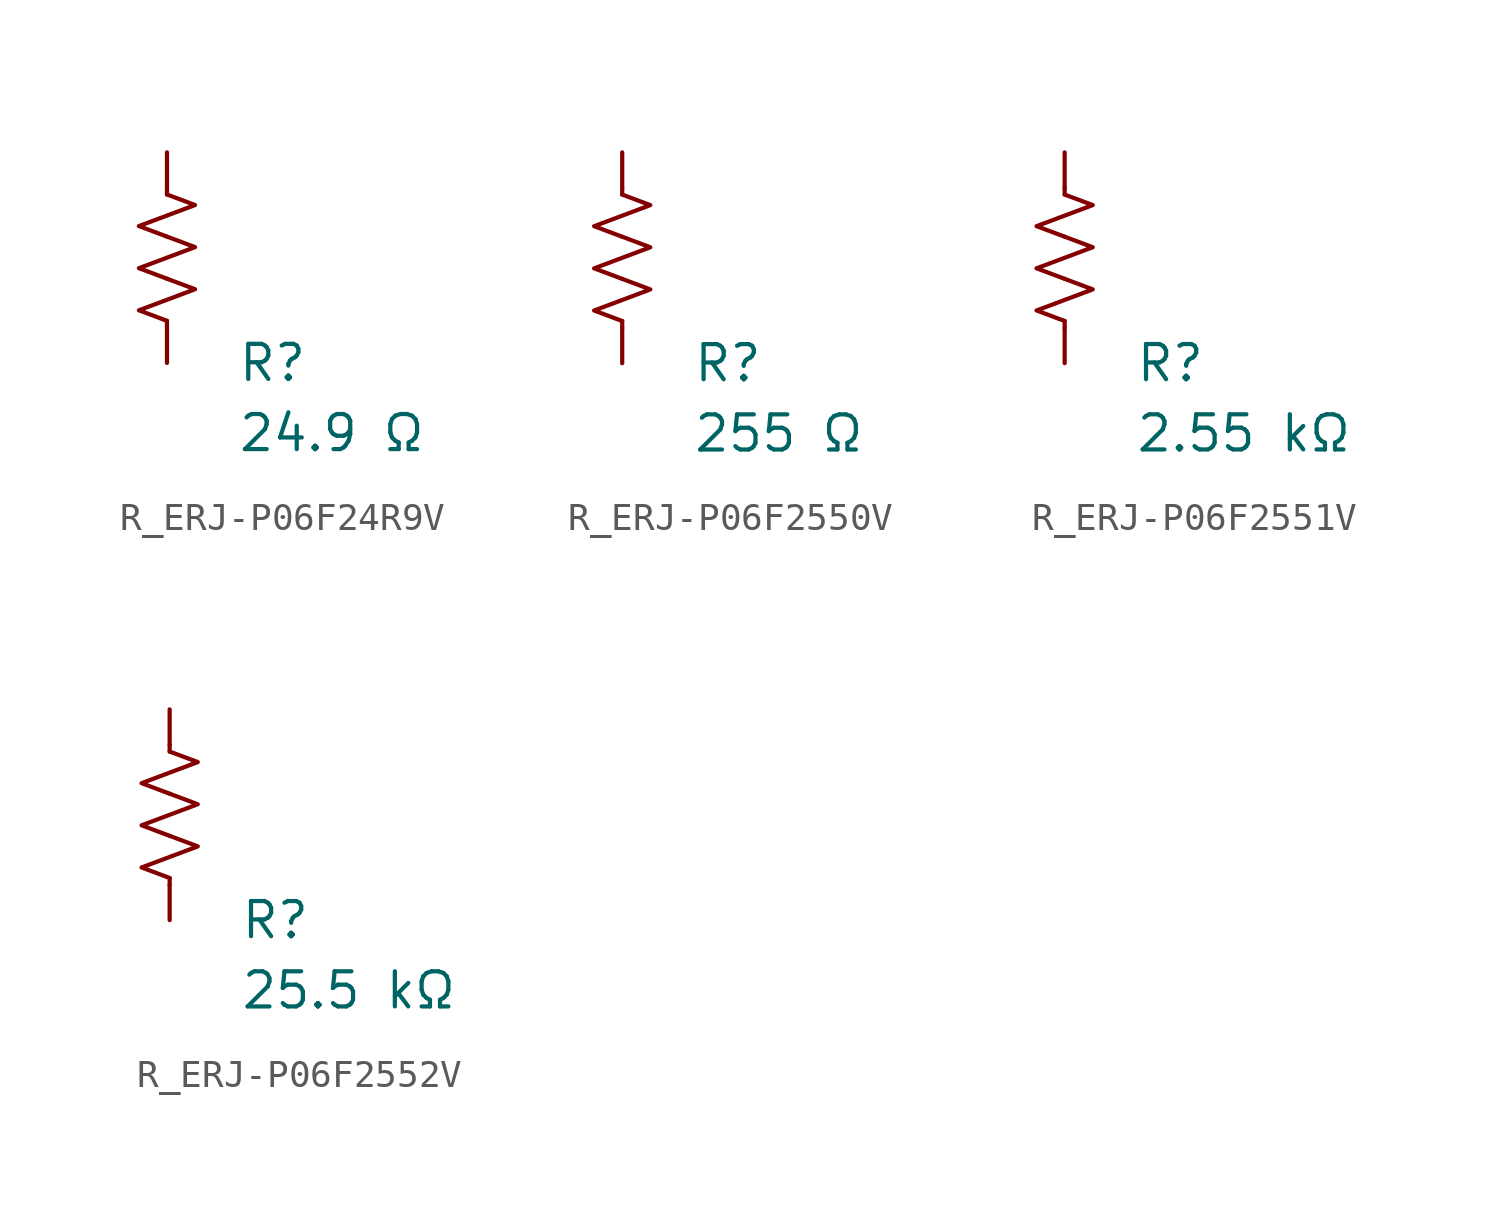
<source format=kicad_sym>
(kicad_symbol_lib
  (version 20231120)
  (generator "kicad_symbol_editor")
  (generator_version "8.0")
  (symbol "R_ERJ-P06F24R9V"
    (pin_numbers hide)
    (pin_names
      (offset 0))
    (property "Reference" "R"
      (at 2.54 -3.81 0)
      (effects (font (size 1.27 1.27)) (justify left))
      (show_name no))
    (property "Value" "24.9 Ω"
      (at 2.54 -6.35 0)
      (effects (font (size 1.27 1.27)) (justify left))
      (show_name no))
    (symbol "R_ERJ-P06F24R9V_0_1"
      (polyline (pts (xy 0 -2.286) (xy 0 -2.54)) (stroke (width 0) (type default)) (fill (type none)))
      (polyline (pts (xy 0 2.286) (xy 0 2.54)) (stroke (width 0) (type default)) (fill (type none)))
      (polyline (pts (xy 0 -0.762) (xy 1.016 -1.143) (xy 0 -1.524) (xy -1.016 -1.905) (xy 0 -2.286)) (stroke (width 0) (type default)) (fill (type none)))
      (polyline (pts (xy 0 0.762) (xy 1.016 0.381) (xy 0 0) (xy -1.016 -0.381) (xy 0 -0.762)) (stroke (width 0) (type default)) (fill (type none)))
      (polyline (pts (xy 0 2.286) (xy 1.016 1.905) (xy 0 1.524) (xy -1.016 1.143) (xy 0 0.762)) (stroke (width 0) (type default)) (fill (type none))))
    (symbol "R_ERJ-P06F24R9V_1_1"
      (pin passive line (at 0 3.81 270) (length 1.27) (name "~" (effects (font (size 1.27 1.27)))) (number "1" (effects (font (size 1.27 1.27)))))
      (pin passive line (at 0 -3.81 90) (length 1.27) (name "~" (effects (font (size 1.27 1.27)))) (number "2" (effects (font (size 1.27 1.27)))))))
  (symbol "R_ERJ-P06F2550V"
    (pin_numbers hide)
    (pin_names
      (offset 0))
    (property "Reference" "R"
      (at 2.54 -3.81 0)
      (effects (font (size 1.27 1.27)) (justify left))
      (show_name no))
    (property "Value" "255 Ω"
      (at 2.54 -6.35 0)
      (effects (font (size 1.27 1.27)) (justify left))
      (show_name no))
    (symbol "R_ERJ-P06F2550V_0_1"
      (polyline (pts (xy 0 -2.286) (xy 0 -2.54)) (stroke (width 0) (type default)) (fill (type none)))
      (polyline (pts (xy 0 2.286) (xy 0 2.54)) (stroke (width 0) (type default)) (fill (type none)))
      (polyline (pts (xy 0 -0.762) (xy 1.016 -1.143) (xy 0 -1.524) (xy -1.016 -1.905) (xy 0 -2.286)) (stroke (width 0) (type default)) (fill (type none)))
      (polyline (pts (xy 0 0.762) (xy 1.016 0.381) (xy 0 0) (xy -1.016 -0.381) (xy 0 -0.762)) (stroke (width 0) (type default)) (fill (type none)))
      (polyline (pts (xy 0 2.286) (xy 1.016 1.905) (xy 0 1.524) (xy -1.016 1.143) (xy 0 0.762)) (stroke (width 0) (type default)) (fill (type none))))
    (symbol "R_ERJ-P06F2550V_1_1"
      (pin passive line (at 0 3.81 270) (length 1.27) (name "~" (effects (font (size 1.27 1.27)))) (number "1" (effects (font (size 1.27 1.27)))))
      (pin passive line (at 0 -3.81 90) (length 1.27) (name "~" (effects (font (size 1.27 1.27)))) (number "2" (effects (font (size 1.27 1.27)))))))
  (symbol "R_ERJ-P06F2551V"
    (pin_numbers hide)
    (pin_names
      (offset 0))
    (property "Reference" "R"
      (at 2.54 -3.81 0)
      (effects (font (size 1.27 1.27)) (justify left))
      (show_name no))
    (property "Value" "2.55 kΩ"
      (at 2.54 -6.35 0)
      (effects (font (size 1.27 1.27)) (justify left))
      (show_name no))
    (symbol "R_ERJ-P06F2551V_0_1"
      (polyline (pts (xy 0 -2.286) (xy 0 -2.54)) (stroke (width 0) (type default)) (fill (type none)))
      (polyline (pts (xy 0 2.286) (xy 0 2.54)) (stroke (width 0) (type default)) (fill (type none)))
      (polyline (pts (xy 0 -0.762) (xy 1.016 -1.143) (xy 0 -1.524) (xy -1.016 -1.905) (xy 0 -2.286)) (stroke (width 0) (type default)) (fill (type none)))
      (polyline (pts (xy 0 0.762) (xy 1.016 0.381) (xy 0 0) (xy -1.016 -0.381) (xy 0 -0.762)) (stroke (width 0) (type default)) (fill (type none)))
      (polyline (pts (xy 0 2.286) (xy 1.016 1.905) (xy 0 1.524) (xy -1.016 1.143) (xy 0 0.762)) (stroke (width 0) (type default)) (fill (type none))))
    (symbol "R_ERJ-P06F2551V_1_1"
      (pin passive line (at 0 3.81 270) (length 1.27) (name "~" (effects (font (size 1.27 1.27)))) (number "1" (effects (font (size 1.27 1.27)))))
      (pin passive line (at 0 -3.81 90) (length 1.27) (name "~" (effects (font (size 1.27 1.27)))) (number "2" (effects (font (size 1.27 1.27)))))))
  (symbol "R_ERJ-P06F2552V"
    (pin_numbers hide)
    (pin_names
      (offset 0))
    (property "Reference" "R"
      (at 2.54 -3.81 0)
      (effects (font (size 1.27 1.27)) (justify left))
      (show_name no))
    (property "Value" "25.5 kΩ"
      (at 2.54 -6.35 0)
      (effects (font (size 1.27 1.27)) (justify left))
      (show_name no))
    (symbol "R_ERJ-P06F2552V_0_1"
      (polyline (pts (xy 0 -2.286) (xy 0 -2.54)) (stroke (width 0) (type default)) (fill (type none)))
      (polyline (pts (xy 0 2.286) (xy 0 2.54)) (stroke (width 0) (type default)) (fill (type none)))
      (polyline (pts (xy 0 -0.762) (xy 1.016 -1.143) (xy 0 -1.524) (xy -1.016 -1.905) (xy 0 -2.286)) (stroke (width 0) (type default)) (fill (type none)))
      (polyline (pts (xy 0 0.762) (xy 1.016 0.381) (xy 0 0) (xy -1.016 -0.381) (xy 0 -0.762)) (stroke (width 0) (type default)) (fill (type none)))
      (polyline (pts (xy 0 2.286) (xy 1.016 1.905) (xy 0 1.524) (xy -1.016 1.143) (xy 0 0.762)) (stroke (width 0) (type default)) (fill (type none))))
    (symbol "R_ERJ-P06F2552V_1_1"
      (pin passive line (at 0 3.81 270) (length 1.27) (name "~" (effects (font (size 1.27 1.27)))) (number "1" (effects (font (size 1.27 1.27)))))
      (pin passive line (at 0 -3.81 90) (length 1.27) (name "~" (effects (font (size 1.27 1.27)))) (number "2" (effects (font (size 1.27 1.27))))))))
</source>
